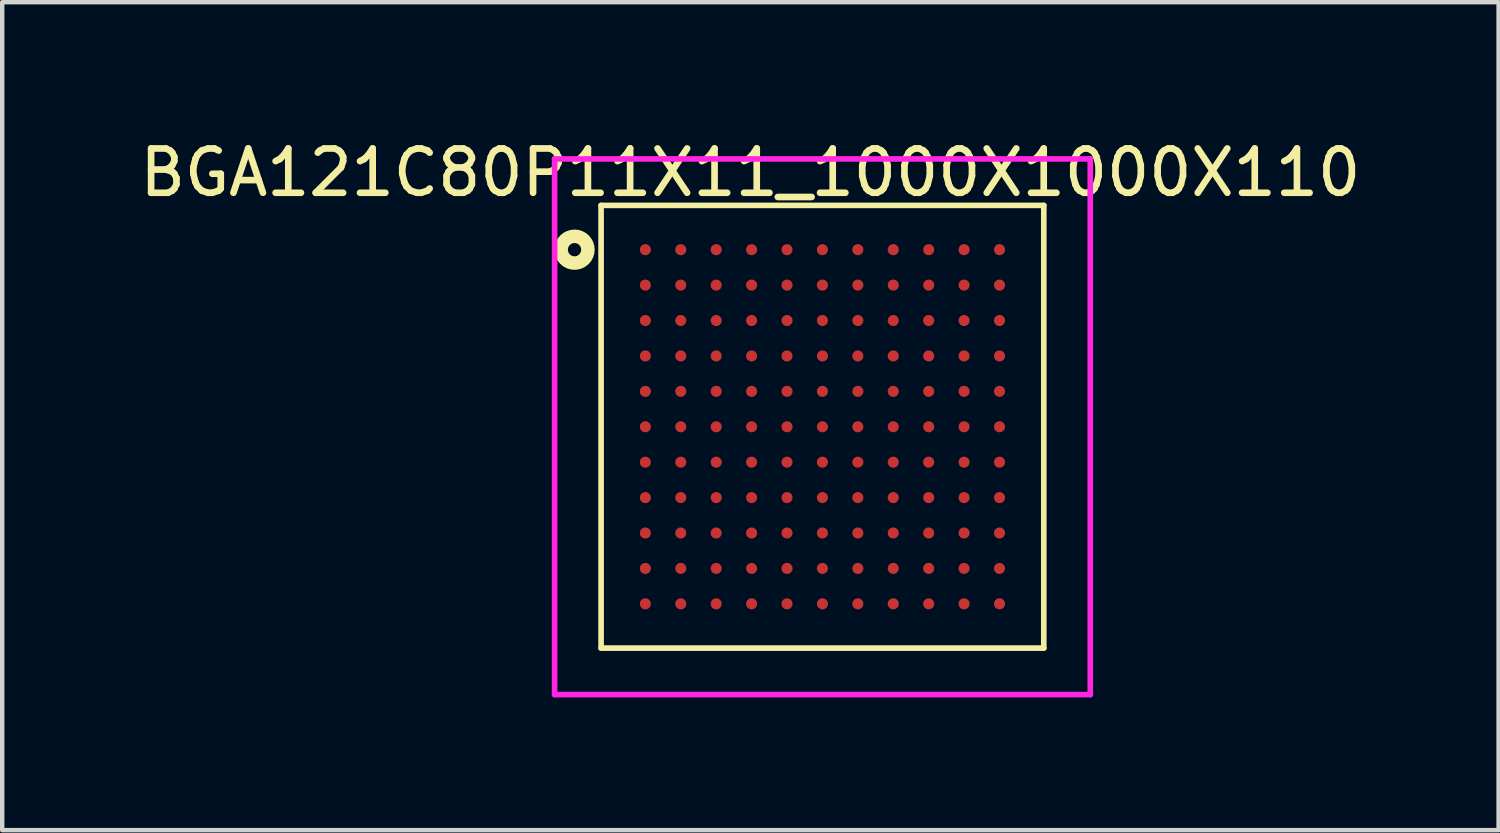
<source format=kicad_pcb>
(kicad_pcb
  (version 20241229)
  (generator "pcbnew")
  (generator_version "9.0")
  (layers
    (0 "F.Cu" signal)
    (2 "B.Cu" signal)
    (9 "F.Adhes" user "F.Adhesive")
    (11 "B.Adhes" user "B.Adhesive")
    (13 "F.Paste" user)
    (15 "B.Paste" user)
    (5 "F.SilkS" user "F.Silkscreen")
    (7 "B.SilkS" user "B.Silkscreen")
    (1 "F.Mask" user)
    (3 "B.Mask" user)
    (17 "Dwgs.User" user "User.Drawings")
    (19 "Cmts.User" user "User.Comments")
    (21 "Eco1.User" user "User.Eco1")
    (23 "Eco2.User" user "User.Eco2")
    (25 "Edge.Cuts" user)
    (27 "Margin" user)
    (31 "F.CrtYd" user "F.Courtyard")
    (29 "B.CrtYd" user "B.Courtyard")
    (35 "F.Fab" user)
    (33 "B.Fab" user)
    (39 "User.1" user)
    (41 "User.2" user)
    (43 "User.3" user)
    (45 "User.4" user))
  (footprint "BGA121C80P11X11_1000X1000X110"
    (layer "F.Cu")
    (at 15.528 6.59)
    (property "Reference" "BGA121C80P11X11_1000X1000X110" (at -1.627 -5.741 0) (layer "F.SilkS") (effects (font (size 1.001 1.001) (thickness 0.15))))
    (attr smd)
    (fp_line (start -5 -5) (end 5 -5) (stroke (width 0.127) (type solid)) (layer "F.SilkS"))
    (fp_line (start -5 5) (end -5 -5) (stroke (width 0.127) (type solid)) (layer "F.SilkS"))
    (fp_line (start 5 -5) (end 5 5) (stroke (width 0.127) (type solid)) (layer "F.SilkS"))
    (fp_line (start 5 5) (end -5 5) (stroke (width 0.127) (type solid)) (layer "F.SilkS"))
    (fp_circle (center -5.6 -4) (end -5.45 -4) (stroke (width 0.305) (type solid)) (fill no) (layer "F.SilkS"))
    (fp_line (start -6.05 -6.05) (end 6.05 -6.05) (stroke (width 0.127) (type solid)) (layer "F.CrtYd"))
    (fp_line (start -6.05 6.05) (end -6.05 -6.05) (stroke (width 0.127) (type solid)) (layer "F.CrtYd"))
    (fp_line (start 6.05 -6.05) (end 6.05 6.05) (stroke (width 0.127) (type solid)) (layer "F.CrtYd"))
    (fp_line (start 6.05 6.05) (end -6.05 6.05) (stroke (width 0.127) (type solid)) (layer "F.CrtYd"))
    (pad "A1" smd circle (at -4 -4) (size 0.25 0.25) (layers "F.Cu" "F.Mask" "F.Paste"))
    (pad "A2" smd circle (at -3.2 -4) (size 0.25 0.25) (layers "F.Cu" "F.Mask" "F.Paste"))
    (pad "A3" smd circle (at -2.4 -4) (size 0.25 0.25) (layers "F.Cu" "F.Mask" "F.Paste"))
    (pad "A4" smd circle (at -1.6 -4) (size 0.25 0.25) (layers "F.Cu" "F.Mask" "F.Paste"))
    (pad "A5" smd circle (at -0.8 -4) (size 0.25 0.25) (layers "F.Cu" "F.Mask" "F.Paste"))
    (pad "A6" smd circle (at 0 -4) (size 0.25 0.25) (layers "F.Cu" "F.Mask" "F.Paste"))
    (pad "A7" smd circle (at 0.8 -4) (size 0.25 0.25) (layers "F.Cu" "F.Mask" "F.Paste"))
    (pad "A8" smd circle (at 1.6 -4) (size 0.25 0.25) (layers "F.Cu" "F.Mask" "F.Paste"))
    (pad "A9" smd circle (at 2.4 -4) (size 0.25 0.25) (layers "F.Cu" "F.Mask" "F.Paste"))
    (pad "A10" smd circle (at 3.2 -4) (size 0.25 0.25) (layers "F.Cu" "F.Mask" "F.Paste"))
    (pad "A11" smd circle (at 4 -4) (size 0.25 0.25) (layers "F.Cu" "F.Mask" "F.Paste"))
    (pad "B1" smd circle (at -4 -3.2) (size 0.25 0.25) (layers "F.Cu" "F.Mask" "F.Paste"))
    (pad "B2" smd circle (at -3.2 -3.2) (size 0.25 0.25) (layers "F.Cu" "F.Mask" "F.Paste"))
    (pad "B3" smd circle (at -2.4 -3.2) (size 0.25 0.25) (layers "F.Cu" "F.Mask" "F.Paste"))
    (pad "B4" smd circle (at -1.6 -3.2) (size 0.25 0.25) (layers "F.Cu" "F.Mask" "F.Paste"))
    (pad "B5" smd circle (at -0.8 -3.2) (size 0.25 0.25) (layers "F.Cu" "F.Mask" "F.Paste"))
    (pad "B6" smd circle (at 0 -3.2) (size 0.25 0.25) (layers "F.Cu" "F.Mask" "F.Paste"))
    (pad "B7" smd circle (at 0.8 -3.2) (size 0.25 0.25) (layers "F.Cu" "F.Mask" "F.Paste"))
    (pad "B8" smd circle (at 1.6 -3.2) (size 0.25 0.25) (layers "F.Cu" "F.Mask" "F.Paste"))
    (pad "B9" smd circle (at 2.4 -3.2) (size 0.25 0.25) (layers "F.Cu" "F.Mask" "F.Paste"))
    (pad "B10" smd circle (at 3.2 -3.2) (size 0.25 0.25) (layers "F.Cu" "F.Mask" "F.Paste"))
    (pad "B11" smd circle (at 4 -3.2) (size 0.25 0.25) (layers "F.Cu" "F.Mask" "F.Paste"))
    (pad "C1" smd circle (at -4 -2.4) (size 0.25 0.25) (layers "F.Cu" "F.Mask" "F.Paste"))
    (pad "C2" smd circle (at -3.2 -2.4) (size 0.25 0.25) (layers "F.Cu" "F.Mask" "F.Paste"))
    (pad "C3" smd circle (at -2.4 -2.4) (size 0.25 0.25) (layers "F.Cu" "F.Mask" "F.Paste"))
    (pad "C4" smd circle (at -1.6 -2.4) (size 0.25 0.25) (layers "F.Cu" "F.Mask" "F.Paste"))
    (pad "C5" smd circle (at -0.8 -2.4) (size 0.25 0.25) (layers "F.Cu" "F.Mask" "F.Paste"))
    (pad "C6" smd circle (at 0 -2.4) (size 0.25 0.25) (layers "F.Cu" "F.Mask" "F.Paste"))
    (pad "C7" smd circle (at 0.8 -2.4) (size 0.25 0.25) (layers "F.Cu" "F.Mask" "F.Paste"))
    (pad "C8" smd circle (at 1.6 -2.4) (size 0.25 0.25) (layers "F.Cu" "F.Mask" "F.Paste"))
    (pad "C9" smd circle (at 2.4 -2.4) (size 0.25 0.25) (layers "F.Cu" "F.Mask" "F.Paste"))
    (pad "C10" smd circle (at 3.2 -2.4) (size 0.25 0.25) (layers "F.Cu" "F.Mask" "F.Paste"))
    (pad "C11" smd circle (at 4 -2.4) (size 0.25 0.25) (layers "F.Cu" "F.Mask" "F.Paste"))
    (pad "D1" smd circle (at -4 -1.6) (size 0.25 0.25) (layers "F.Cu" "F.Mask" "F.Paste"))
    (pad "D2" smd circle (at -3.2 -1.6) (size 0.25 0.25) (layers "F.Cu" "F.Mask" "F.Paste"))
    (pad "D3" smd circle (at -2.4 -1.6) (size 0.25 0.25) (layers "F.Cu" "F.Mask" "F.Paste"))
    (pad "D4" smd circle (at -1.6 -1.6) (size 0.25 0.25) (layers "F.Cu" "F.Mask" "F.Paste"))
    (pad "D5" smd circle (at -0.8 -1.6) (size 0.25 0.25) (layers "F.Cu" "F.Mask" "F.Paste"))
    (pad "D6" smd circle (at 0 -1.6) (size 0.25 0.25) (layers "F.Cu" "F.Mask" "F.Paste"))
    (pad "D7" smd circle (at 0.8 -1.6) (size 0.25 0.25) (layers "F.Cu" "F.Mask" "F.Paste"))
    (pad "D8" smd circle (at 1.6 -1.6) (size 0.25 0.25) (layers "F.Cu" "F.Mask" "F.Paste"))
    (pad "D9" smd circle (at 2.4 -1.6) (size 0.25 0.25) (layers "F.Cu" "F.Mask" "F.Paste"))
    (pad "D10" smd circle (at 3.2 -1.6) (size 0.25 0.25) (layers "F.Cu" "F.Mask" "F.Paste"))
    (pad "D11" smd circle (at 4 -1.6) (size 0.25 0.25) (layers "F.Cu" "F.Mask" "F.Paste"))
    (pad "E1" smd circle (at -4 -0.8) (size 0.25 0.25) (layers "F.Cu" "F.Mask" "F.Paste"))
    (pad "E2" smd circle (at -3.2 -0.8) (size 0.25 0.25) (layers "F.Cu" "F.Mask" "F.Paste"))
    (pad "E3" smd circle (at -2.4 -0.8) (size 0.25 0.25) (layers "F.Cu" "F.Mask" "F.Paste"))
    (pad "E4" smd circle (at -1.6 -0.8) (size 0.25 0.25) (layers "F.Cu" "F.Mask" "F.Paste"))
    (pad "E5" smd circle (at -0.8 -0.8) (size 0.25 0.25) (layers "F.Cu" "F.Mask" "F.Paste"))
    (pad "E6" smd circle (at 0 -0.8) (size 0.25 0.25) (layers "F.Cu" "F.Mask" "F.Paste"))
    (pad "E7" smd circle (at 0.8 -0.8) (size 0.25 0.25) (layers "F.Cu" "F.Mask" "F.Paste"))
    (pad "E8" smd circle (at 1.6 -0.8) (size 0.25 0.25) (layers "F.Cu" "F.Mask" "F.Paste"))
    (pad "E9" smd circle (at 2.4 -0.8) (size 0.25 0.25) (layers "F.Cu" "F.Mask" "F.Paste"))
    (pad "E10" smd circle (at 3.2 -0.8) (size 0.25 0.25) (layers "F.Cu" "F.Mask" "F.Paste"))
    (pad "E11" smd circle (at 4 -0.8) (size 0.25 0.25) (layers "F.Cu" "F.Mask" "F.Paste"))
    (pad "F1" smd circle (at -4 0) (size 0.25 0.25) (layers "F.Cu" "F.Mask" "F.Paste"))
    (pad "F2" smd circle (at -3.2 0) (size 0.25 0.25) (layers "F.Cu" "F.Mask" "F.Paste"))
    (pad "F3" smd circle (at -2.4 0) (size 0.25 0.25) (layers "F.Cu" "F.Mask" "F.Paste"))
    (pad "F4" smd circle (at -1.6 0) (size 0.25 0.25) (layers "F.Cu" "F.Mask" "F.Paste"))
    (pad "F5" smd circle (at -0.8 0) (size 0.25 0.25) (layers "F.Cu" "F.Mask" "F.Paste"))
    (pad "F6" smd circle (at 0 0) (size 0.25 0.25) (layers "F.Cu" "F.Mask" "F.Paste"))
    (pad "F7" smd circle (at 0.8 0) (size 0.25 0.25) (layers "F.Cu" "F.Mask" "F.Paste"))
    (pad "F8" smd circle (at 1.6 0) (size 0.25 0.25) (layers "F.Cu" "F.Mask" "F.Paste"))
    (pad "F9" smd circle (at 2.4 0) (size 0.25 0.25) (layers "F.Cu" "F.Mask" "F.Paste"))
    (pad "F10" smd circle (at 3.2 0) (size 0.25 0.25) (layers "F.Cu" "F.Mask" "F.Paste"))
    (pad "F11" smd circle (at 4 0) (size 0.25 0.25) (layers "F.Cu" "F.Mask" "F.Paste"))
    (pad "G1" smd circle (at -4 0.8) (size 0.25 0.25) (layers "F.Cu" "F.Mask" "F.Paste"))
    (pad "G2" smd circle (at -3.2 0.8) (size 0.25 0.25) (layers "F.Cu" "F.Mask" "F.Paste"))
    (pad "G3" smd circle (at -2.4 0.8) (size 0.25 0.25) (layers "F.Cu" "F.Mask" "F.Paste"))
    (pad "G4" smd circle (at -1.6 0.8) (size 0.25 0.25) (layers "F.Cu" "F.Mask" "F.Paste"))
    (pad "G5" smd circle (at -0.8 0.8) (size 0.25 0.25) (layers "F.Cu" "F.Mask" "F.Paste"))
    (pad "G6" smd circle (at 0 0.8) (size 0.25 0.25) (layers "F.Cu" "F.Mask" "F.Paste"))
    (pad "G7" smd circle (at 0.8 0.8) (size 0.25 0.25) (layers "F.Cu" "F.Mask" "F.Paste"))
    (pad "G8" smd circle (at 1.6 0.8) (size 0.25 0.25) (layers "F.Cu" "F.Mask" "F.Paste"))
    (pad "G9" smd circle (at 2.4 0.8) (size 0.25 0.25) (layers "F.Cu" "F.Mask" "F.Paste"))
    (pad "G10" smd circle (at 3.2 0.8) (size 0.25 0.25) (layers "F.Cu" "F.Mask" "F.Paste"))
    (pad "G11" smd circle (at 4 0.8) (size 0.25 0.25) (layers "F.Cu" "F.Mask" "F.Paste"))
    (pad "H1" smd circle (at -4 1.6) (size 0.25 0.25) (layers "F.Cu" "F.Mask" "F.Paste"))
    (pad "H2" smd circle (at -3.2 1.6) (size 0.25 0.25) (layers "F.Cu" "F.Mask" "F.Paste"))
    (pad "H3" smd circle (at -2.4 1.6) (size 0.25 0.25) (layers "F.Cu" "F.Mask" "F.Paste"))
    (pad "H4" smd circle (at -1.6 1.6) (size 0.25 0.25) (layers "F.Cu" "F.Mask" "F.Paste"))
    (pad "H5" smd circle (at -0.8 1.6) (size 0.25 0.25) (layers "F.Cu" "F.Mask" "F.Paste"))
    (pad "H6" smd circle (at 0 1.6) (size 0.25 0.25) (layers "F.Cu" "F.Mask" "F.Paste"))
    (pad "H7" smd circle (at 0.8 1.6) (size 0.25 0.25) (layers "F.Cu" "F.Mask" "F.Paste"))
    (pad "H8" smd circle (at 1.6 1.6) (size 0.25 0.25) (layers "F.Cu" "F.Mask" "F.Paste"))
    (pad "H9" smd circle (at 2.4 1.6) (size 0.25 0.25) (layers "F.Cu" "F.Mask" "F.Paste"))
    (pad "H10" smd circle (at 3.2 1.6) (size 0.25 0.25) (layers "F.Cu" "F.Mask" "F.Paste"))
    (pad "H11" smd circle (at 4 1.6) (size 0.25 0.25) (layers "F.Cu" "F.Mask" "F.Paste"))
    (pad "J1" smd circle (at -4 2.4) (size 0.25 0.25) (layers "F.Cu" "F.Mask" "F.Paste"))
    (pad "J2" smd circle (at -3.2 2.4) (size 0.25 0.25) (layers "F.Cu" "F.Mask" "F.Paste"))
    (pad "J3" smd circle (at -2.4 2.4) (size 0.25 0.25) (layers "F.Cu" "F.Mask" "F.Paste"))
    (pad "J4" smd circle (at -1.6 2.4) (size 0.25 0.25) (layers "F.Cu" "F.Mask" "F.Paste"))
    (pad "J5" smd circle (at -0.8 2.4) (size 0.25 0.25) (layers "F.Cu" "F.Mask" "F.Paste"))
    (pad "J6" smd circle (at 0 2.4) (size 0.25 0.25) (layers "F.Cu" "F.Mask" "F.Paste"))
    (pad "J7" smd circle (at 0.8 2.4) (size 0.25 0.25) (layers "F.Cu" "F.Mask" "F.Paste"))
    (pad "J8" smd circle (at 1.6 2.4) (size 0.25 0.25) (layers "F.Cu" "F.Mask" "F.Paste"))
    (pad "J9" smd circle (at 2.4 2.4) (size 0.25 0.25) (layers "F.Cu" "F.Mask" "F.Paste"))
    (pad "J10" smd circle (at 3.2 2.4) (size 0.25 0.25) (layers "F.Cu" "F.Mask" "F.Paste"))
    (pad "J11" smd circle (at 4 2.4) (size 0.25 0.25) (layers "F.Cu" "F.Mask" "F.Paste"))
    (pad "K1" smd circle (at -4 3.2) (size 0.25 0.25) (layers "F.Cu" "F.Mask" "F.Paste"))
    (pad "K2" smd circle (at -3.2 3.2) (size 0.25 0.25) (layers "F.Cu" "F.Mask" "F.Paste"))
    (pad "K3" smd circle (at -2.4 3.2) (size 0.25 0.25) (layers "F.Cu" "F.Mask" "F.Paste"))
    (pad "K4" smd circle (at -1.6 3.2) (size 0.25 0.25) (layers "F.Cu" "F.Mask" "F.Paste"))
    (pad "K5" smd circle (at -0.8 3.2) (size 0.25 0.25) (layers "F.Cu" "F.Mask" "F.Paste"))
    (pad "K6" smd circle (at 0 3.2) (size 0.25 0.25) (layers "F.Cu" "F.Mask" "F.Paste"))
    (pad "K7" smd circle (at 0.8 3.2) (size 0.25 0.25) (layers "F.Cu" "F.Mask" "F.Paste"))
    (pad "K8" smd circle (at 1.6 3.2) (size 0.25 0.25) (layers "F.Cu" "F.Mask" "F.Paste"))
    (pad "K9" smd circle (at 2.4 3.2) (size 0.25 0.25) (layers "F.Cu" "F.Mask" "F.Paste"))
    (pad "K10" smd circle (at 3.2 3.2) (size 0.25 0.25) (layers "F.Cu" "F.Mask" "F.Paste"))
    (pad "K11" smd circle (at 4 3.2) (size 0.25 0.25) (layers "F.Cu" "F.Mask" "F.Paste"))
    (pad "L1" smd circle (at -4 4) (size 0.25 0.25) (layers "F.Cu" "F.Mask" "F.Paste"))
    (pad "L2" smd circle (at -3.2 4) (size 0.25 0.25) (layers "F.Cu" "F.Mask" "F.Paste"))
    (pad "L3" smd circle (at -2.4 4) (size 0.25 0.25) (layers "F.Cu" "F.Mask" "F.Paste"))
    (pad "L4" smd circle (at -1.6 4) (size 0.25 0.25) (layers "F.Cu" "F.Mask" "F.Paste"))
    (pad "L5" smd circle (at -0.8 4) (size 0.25 0.25) (layers "F.Cu" "F.Mask" "F.Paste"))
    (pad "L6" smd circle (at 0 4) (size 0.25 0.25) (layers "F.Cu" "F.Mask" "F.Paste"))
    (pad "L7" smd circle (at 0.8 4) (size 0.25 0.25) (layers "F.Cu" "F.Mask" "F.Paste"))
    (pad "L8" smd circle (at 1.6 4) (size 0.25 0.25) (layers "F.Cu" "F.Mask" "F.Paste"))
    (pad "L9" smd circle (at 2.4 4) (size 0.25 0.25) (layers "F.Cu" "F.Mask" "F.Paste"))
    (pad "L10" smd circle (at 3.2 4) (size 0.25 0.25) (layers "F.Cu" "F.Mask" "F.Paste"))
    (pad "L11" smd circle (at 4 4) (size 0.25 0.25) (layers "F.Cu" "F.Mask" "F.Paste")))
  (gr_rect
    (start -3 -3)
    (end 30.802 15.703)
    (stroke (width 0.1) (type default))
    (fill no)
    (layer "Edge.Cuts")))
</source>
